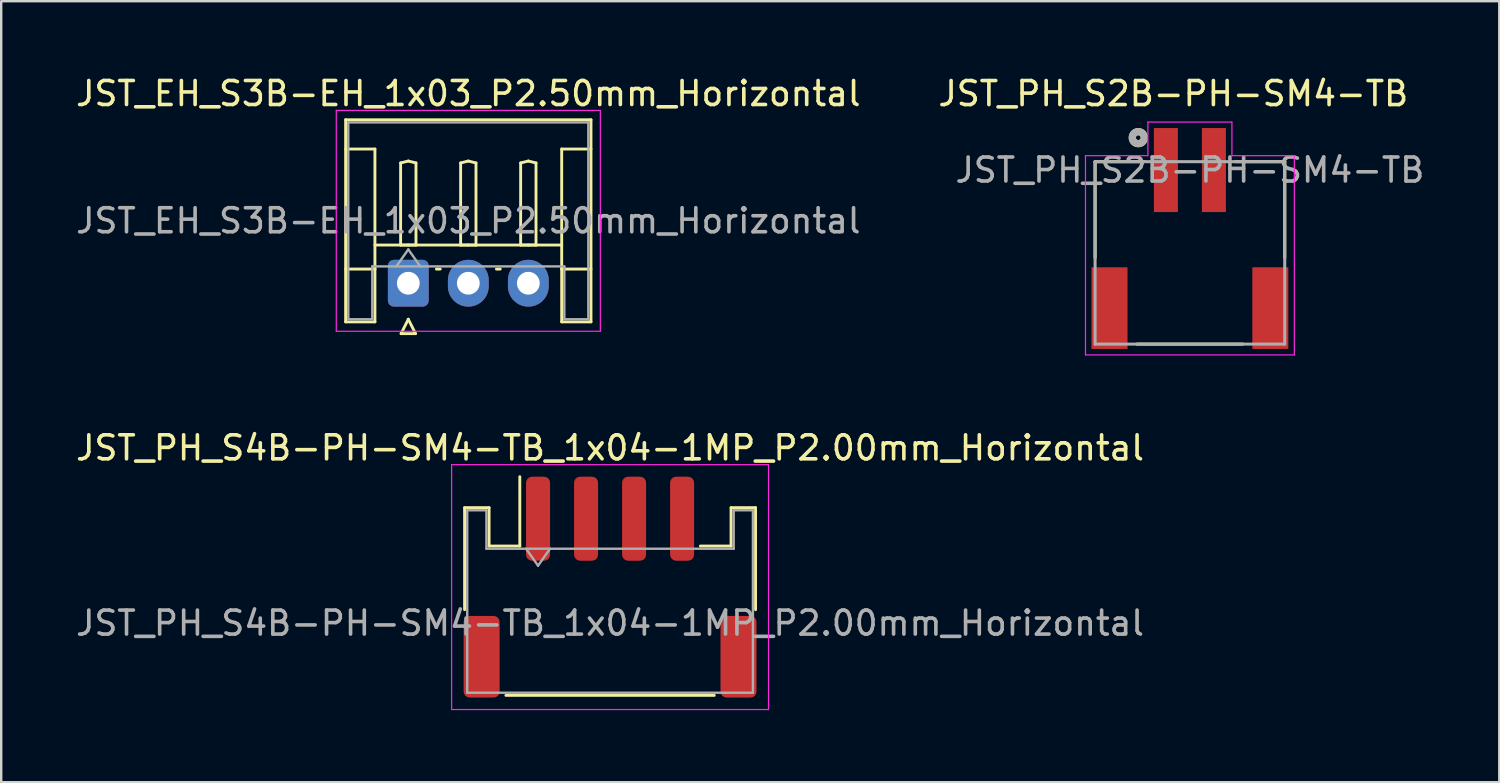
<source format=kicad_pcb>
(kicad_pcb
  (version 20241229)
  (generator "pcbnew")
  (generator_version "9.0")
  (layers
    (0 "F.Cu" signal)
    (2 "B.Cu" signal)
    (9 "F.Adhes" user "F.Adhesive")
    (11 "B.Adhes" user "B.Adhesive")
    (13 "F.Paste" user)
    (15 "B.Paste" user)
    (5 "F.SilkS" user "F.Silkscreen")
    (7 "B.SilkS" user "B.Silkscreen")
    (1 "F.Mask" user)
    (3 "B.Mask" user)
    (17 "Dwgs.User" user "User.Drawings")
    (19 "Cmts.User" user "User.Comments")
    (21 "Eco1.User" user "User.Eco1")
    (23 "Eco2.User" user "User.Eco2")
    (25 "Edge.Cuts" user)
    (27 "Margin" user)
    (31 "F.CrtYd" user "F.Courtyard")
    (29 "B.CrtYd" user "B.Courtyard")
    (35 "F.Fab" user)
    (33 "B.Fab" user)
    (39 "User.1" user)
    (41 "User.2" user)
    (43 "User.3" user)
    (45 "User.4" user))
  (footprint "JST_EH_S3B-EH_1x03_P2.50mm_Horizontal"
    (layer "F.Cu")
    (at 13.958 8.748)
    (property "Reference" "JST_EH_S3B-EH_1x03_P2.50mm_Horizontal" (at 2.5 -7.9 0) (layer "F.SilkS") (effects (font (size 1 1) (thickness 0.15))))
    (attr through_hole)
    (fp_line (start -2.61 -6.81) (end 7.61 -6.81) (stroke (width 0.12) (type solid)) (layer "F.SilkS"))
    (fp_line (start -2.61 -5.59) (end -1.39 -5.59) (stroke (width 0.12) (type solid)) (layer "F.SilkS"))
    (fp_line (start -2.61 1.61) (end -2.61 -6.81) (stroke (width 0.12) (type solid)) (layer "F.SilkS"))
    (fp_line (start -1.39 -5.59) (end -1.39 -0.59) (stroke (width 0.12) (type solid)) (layer "F.SilkS"))
    (fp_line (start -1.39 -1.59) (end 6.39 -1.59) (stroke (width 0.12) (type solid)) (layer "F.SilkS"))
    (fp_line (start -1.39 -0.59) (end -2.61 -0.59) (stroke (width 0.12) (type solid)) (layer "F.SilkS"))
    (fp_line (start -1.39 -0.59) (end -1.39 1.61) (stroke (width 0.12) (type solid)) (layer "F.SilkS"))
    (fp_line (start -1.39 1.61) (end -2.61 1.61) (stroke (width 0.12) (type solid)) (layer "F.SilkS"))
    (fp_line (start -0.32 -5.01) (end 0 -5.09) (stroke (width 0.12) (type solid)) (layer "F.SilkS"))
    (fp_line (start -0.32 -1.59) (end -0.32 -5.01) (stroke (width 0.12) (type solid)) (layer "F.SilkS"))
    (fp_line (start -0.3 2.1) (end 0.3 2.1) (stroke (width 0.12) (type solid)) (layer "F.SilkS"))
    (fp_line (start 0 -5.09) (end 0.32 -5.01) (stroke (width 0.12) (type solid)) (layer "F.SilkS"))
    (fp_line (start 0 -1.59) (end -0.32 -1.59) (stroke (width 0.12) (type solid)) (layer "F.SilkS"))
    (fp_line (start 0 1.5) (end -0.3 2.1) (stroke (width 0.12) (type solid)) (layer "F.SilkS"))
    (fp_line (start 0.3 2.1) (end 0 1.5) (stroke (width 0.12) (type solid)) (layer "F.SilkS"))
    (fp_line (start 0.32 -5.01) (end 0.32 -1.59) (stroke (width 0.12) (type solid)) (layer "F.SilkS"))
    (fp_line (start 0.32 -1.59) (end 0 -1.59) (stroke (width 0.12) (type solid)) (layer "F.SilkS"))
    (fp_line (start 1.17 -0.59) (end 1.33 -0.59) (stroke (width 0.12) (type solid)) (layer "F.SilkS"))
    (fp_line (start 2.18 -5.01) (end 2.5 -5.09) (stroke (width 0.12) (type solid)) (layer "F.SilkS"))
    (fp_line (start 2.18 -1.59) (end 2.18 -5.01) (stroke (width 0.12) (type solid)) (layer "F.SilkS"))
    (fp_line (start 2.5 -5.09) (end 2.82 -5.01) (stroke (width 0.12) (type solid)) (layer "F.SilkS"))
    (fp_line (start 2.5 -1.59) (end 2.18 -1.59) (stroke (width 0.12) (type solid)) (layer "F.SilkS"))
    (fp_line (start 2.82 -5.01) (end 2.82 -1.59) (stroke (width 0.12) (type solid)) (layer "F.SilkS"))
    (fp_line (start 2.82 -1.59) (end 2.5 -1.59) (stroke (width 0.12) (type solid)) (layer "F.SilkS"))
    (fp_line (start 3.67 -0.59) (end 3.83 -0.59) (stroke (width 0.12) (type solid)) (layer "F.SilkS"))
    (fp_line (start 4.68 -5.01) (end 5 -5.09) (stroke (width 0.12) (type solid)) (layer "F.SilkS"))
    (fp_line (start 4.68 -1.59) (end 4.68 -5.01) (stroke (width 0.12) (type solid)) (layer "F.SilkS"))
    (fp_line (start 5 -5.09) (end 5.32 -5.01) (stroke (width 0.12) (type solid)) (layer "F.SilkS"))
    (fp_line (start 5 -1.59) (end 4.68 -1.59) (stroke (width 0.12) (type solid)) (layer "F.SilkS"))
    (fp_line (start 5.32 -5.01) (end 5.32 -1.59) (stroke (width 0.12) (type solid)) (layer "F.SilkS"))
    (fp_line (start 5.32 -1.59) (end 5 -1.59) (stroke (width 0.12) (type solid)) (layer "F.SilkS"))
    (fp_line (start 6.39 -5.59) (end 6.39 -0.59) (stroke (width 0.12) (type solid)) (layer "F.SilkS"))
    (fp_line (start 6.39 -0.59) (end 7.61 -0.59) (stroke (width 0.12) (type solid)) (layer "F.SilkS"))
    (fp_line (start 6.39 1.61) (end 6.39 -0.59) (stroke (width 0.12) (type solid)) (layer "F.SilkS"))
    (fp_line (start 7.61 -6.81) (end 7.61 1.61) (stroke (width 0.12) (type solid)) (layer "F.SilkS"))
    (fp_line (start 7.61 -5.59) (end 6.39 -5.59) (stroke (width 0.12) (type solid)) (layer "F.SilkS"))
    (fp_line (start 7.61 1.61) (end 6.39 1.61) (stroke (width 0.12) (type solid)) (layer "F.SilkS"))
    (fp_line (start -3 -7.2) (end -3 2) (stroke (width 0.05) (type solid)) (layer "F.CrtYd"))
    (fp_line (start -3 2) (end 8 2) (stroke (width 0.05) (type solid)) (layer "F.CrtYd"))
    (fp_line (start 8 -7.2) (end -3 -7.2) (stroke (width 0.05) (type solid)) (layer "F.CrtYd"))
    (fp_line (start 8 2) (end 8 -7.2) (stroke (width 0.05) (type solid)) (layer "F.CrtYd"))
    (fp_line (start -2.5 -6.7) (end 7.5 -6.7) (stroke (width 0.1) (type solid)) (layer "F.Fab"))
    (fp_line (start -2.5 1.5) (end -2.5 -6.7) (stroke (width 0.1) (type solid)) (layer "F.Fab"))
    (fp_line (start -1.5 -0.7) (end -1.5 1.5) (stroke (width 0.1) (type solid)) (layer "F.Fab"))
    (fp_line (start -1.5 1.5) (end -2.5 1.5) (stroke (width 0.1) (type solid)) (layer "F.Fab"))
    (fp_line (start -0.5 -0.7) (end 0 -1.407) (stroke (width 0.1) (type solid)) (layer "F.Fab"))
    (fp_line (start 0 -1.407) (end 0.5 -0.7) (stroke (width 0.1) (type solid)) (layer "F.Fab"))
    (fp_line (start 6.5 -0.7) (end -1.5 -0.7) (stroke (width 0.1) (type solid)) (layer "F.Fab"))
    (fp_line (start 6.5 1.5) (end 6.5 -0.7) (stroke (width 0.1) (type solid)) (layer "F.Fab"))
    (fp_line (start 7.5 -6.7) (end 7.5 1.5) (stroke (width 0.1) (type solid)) (layer "F.Fab"))
    (fp_line (start 7.5 1.5) (end 6.5 1.5) (stroke (width 0.1) (type solid)) (layer "F.Fab"))
    (fp_text user "${REFERENCE}" (at 2.5 -2.6 0) (layer "F.Fab") (effects (font (size 1 1) (thickness 0.15))))
    (pad "1" thru_hole roundrect (at 0 0) (size 1.7 1.95) (drill 0.95) (layers "*.Cu" "*.Mask") (roundrect_rratio 0.147))
    (pad "2" thru_hole oval (at 2.5 0) (size 1.7 1.95) (drill 0.95) (layers "*.Cu" "*.Mask"))
    (pad "3" thru_hole oval (at 5 0) (size 1.7 1.95) (drill 0.95) (layers "*.Cu" "*.Mask")))
  (footprint "JST_PH_S4B-PH-SM4-TB_1x04-1MP_P2.00mm_Horizontal"
    (layer "F.Cu")
    (at 22.363 21.407)
    (property "Reference" "JST_PH_S4B-PH-SM4-TB_1x04-1MP_P2.00mm_Horizontal" (at 0 -5.8 0) (layer "F.SilkS") (effects (font (size 1 1) (thickness 0.15))))
    (attr smd)
    (fp_line (start -6.06 -3.31) (end -5.04 -3.31) (stroke (width 0.12) (type solid)) (layer "F.SilkS"))
    (fp_line (start -6.06 0.94) (end -6.06 -3.31) (stroke (width 0.12) (type solid)) (layer "F.SilkS"))
    (fp_line (start -5.04 -3.31) (end -5.04 -1.71) (stroke (width 0.12) (type solid)) (layer "F.SilkS"))
    (fp_line (start -5.04 -1.71) (end -3.76 -1.71) (stroke (width 0.12) (type solid)) (layer "F.SilkS"))
    (fp_line (start -4.34 4.51) (end 4.34 4.51) (stroke (width 0.12) (type solid)) (layer "F.SilkS"))
    (fp_line (start -3.76 -1.71) (end -3.76 -4.6) (stroke (width 0.12) (type solid)) (layer "F.SilkS"))
    (fp_line (start 5.04 -3.31) (end 5.04 -1.71) (stroke (width 0.12) (type solid)) (layer "F.SilkS"))
    (fp_line (start 5.04 -1.71) (end 3.76 -1.71) (stroke (width 0.12) (type solid)) (layer "F.SilkS"))
    (fp_line (start 6.06 -3.31) (end 5.04 -3.31) (stroke (width 0.12) (type solid)) (layer "F.SilkS"))
    (fp_line (start 6.06 0.94) (end 6.06 -3.31) (stroke (width 0.12) (type solid)) (layer "F.SilkS"))
    (fp_line (start -6.6 -5.1) (end -6.6 5.1) (stroke (width 0.05) (type solid)) (layer "F.CrtYd"))
    (fp_line (start -6.6 5.1) (end 6.6 5.1) (stroke (width 0.05) (type solid)) (layer "F.CrtYd"))
    (fp_line (start 6.6 -5.1) (end -6.6 -5.1) (stroke (width 0.05) (type solid)) (layer "F.CrtYd"))
    (fp_line (start 6.6 5.1) (end 6.6 -5.1) (stroke (width 0.05) (type solid)) (layer "F.CrtYd"))
    (fp_line (start -5.95 -3.2) (end -5.95 4.4) (stroke (width 0.1) (type solid)) (layer "F.Fab"))
    (fp_line (start -5.95 -3.2) (end -5.15 -3.2) (stroke (width 0.1) (type solid)) (layer "F.Fab"))
    (fp_line (start -5.95 4.4) (end 5.95 4.4) (stroke (width 0.1) (type solid)) (layer "F.Fab"))
    (fp_line (start -5.15 -3.2) (end -5.15 -1.6) (stroke (width 0.1) (type solid)) (layer "F.Fab"))
    (fp_line (start -5.15 -1.6) (end 5.15 -1.6) (stroke (width 0.1) (type solid)) (layer "F.Fab"))
    (fp_line (start -3.5 -1.6) (end -3 -0.893) (stroke (width 0.1) (type solid)) (layer "F.Fab"))
    (fp_line (start -3 -0.893) (end -2.5 -1.6) (stroke (width 0.1) (type solid)) (layer "F.Fab"))
    (fp_line (start 5.15 -3.2) (end 5.95 -3.2) (stroke (width 0.1) (type solid)) (layer "F.Fab"))
    (fp_line (start 5.15 -1.6) (end 5.15 -3.2) (stroke (width 0.1) (type solid)) (layer "F.Fab"))
    (fp_line (start 5.95 -3.2) (end 5.95 4.4) (stroke (width 0.1) (type solid)) (layer "F.Fab"))
    (fp_text user "${REFERENCE}" (at 0 1.5 0) (layer "F.Fab") (effects (font (size 1 1) (thickness 0.15))))
    (pad "1" smd roundrect (at -3 -2.85) (size 1 3.5) (layers "F.Cu" "F.Mask" "F.Paste") (roundrect_rratio 0.25))
    (pad "2" smd roundrect (at -1 -2.85) (size 1 3.5) (layers "F.Cu" "F.Mask" "F.Paste") (roundrect_rratio 0.25))
    (pad "3" smd roundrect (at 1 -2.85) (size 1 3.5) (layers "F.Cu" "F.Mask" "F.Paste") (roundrect_rratio 0.25))
    (pad "4" smd roundrect (at 3 -2.85) (size 1 3.5) (layers "F.Cu" "F.Mask" "F.Paste") (roundrect_rratio 0.25))
    (pad "MP" smd roundrect (at -5.35 2.9) (size 1.5 3.4) (layers "F.Cu" "F.Mask" "F.Paste") (roundrect_rratio 0.167))
    (pad "MP" smd roundrect (at 5.35 2.9) (size 1.5 3.4) (layers "F.Cu" "F.Mask" "F.Paste") (roundrect_rratio 0.167)))
  (footprint "JST_PH_S2B-PH-SM4-TB"
    (layer "F.Cu")
    (at 46.517 4.034)
    (property "Reference" "JST_PH_S2B-PH-SM4-TB" (at -0.692 -3.184 0) (layer "F.SilkS") (effects (font (size 1.002 1.002) (thickness 0.15))))
    (attr through_hole)
    (fp_line (start -3.95 -0.35) (end -3.95 3.65) (stroke (width 0.127) (type solid)) (layer "F.SilkS"))
    (fp_line (start -2.2 7.25) (end 2.2 7.25) (stroke (width 0.127) (type solid)) (layer "F.SilkS"))
    (fp_line (start -1.9 -0.35) (end -3.95 -0.35) (stroke (width 0.127) (type solid)) (layer "F.SilkS"))
    (fp_line (start 3.95 -0.35) (end 1.9 -0.35) (stroke (width 0.127) (type solid)) (layer "F.SilkS"))
    (fp_line (start 3.95 3.65) (end 3.95 -0.35) (stroke (width 0.127) (type solid)) (layer "F.SilkS"))
    (fp_circle (center -2.15 -1.35) (end -2.05 -1.35) (stroke (width 0.3) (type solid)) (fill no) (layer "F.SilkS"))
    (fp_line (start -4.35 -0.6) (end -1.75 -0.6) (stroke (width 0.05) (type solid)) (layer "F.CrtYd"))
    (fp_line (start -4.35 7.7) (end -4.35 -0.6) (stroke (width 0.05) (type solid)) (layer "F.CrtYd"))
    (fp_line (start -1.75 -2) (end 1.75 -2) (stroke (width 0.05) (type solid)) (layer "F.CrtYd"))
    (fp_line (start -1.75 -0.6) (end -1.75 -2) (stroke (width 0.05) (type solid)) (layer "F.CrtYd"))
    (fp_line (start 1.75 -2) (end 1.75 -0.6) (stroke (width 0.05) (type solid)) (layer "F.CrtYd"))
    (fp_line (start 1.75 -0.6) (end 4.35 -0.6) (stroke (width 0.05) (type solid)) (layer "F.CrtYd"))
    (fp_line (start 4.35 -0.6) (end 4.35 7.7) (stroke (width 0.05) (type solid)) (layer "F.CrtYd"))
    (fp_line (start 4.35 7.7) (end -4.35 7.7) (stroke (width 0.05) (type solid)) (layer "F.CrtYd"))
    (fp_line (start -3.95 -0.35) (end 3.95 -0.35) (stroke (width 0.127) (type solid)) (layer "F.Fab"))
    (fp_line (start -3.95 7.25) (end -3.95 -0.35) (stroke (width 0.127) (type solid)) (layer "F.Fab"))
    (fp_line (start 3.95 -0.35) (end 3.95 7.25) (stroke (width 0.127) (type solid)) (layer "F.Fab"))
    (fp_line (start 3.95 7.25) (end -3.95 7.25) (stroke (width 0.127) (type solid)) (layer "F.Fab"))
    (fp_circle (center -2.15 -1.35) (end -2.05 -1.35) (stroke (width 0.3) (type solid)) (fill no) (layer "F.Fab"))
    (fp_text user "${REFERENCE}" (at 0 0 0) (layer "F.Fab") (effects (font (size 1 1) (thickness 0.15))))
    (pad "1" smd rect (at -1 0 180) (size 1 3.5) (layers "F.Cu" "F.Mask" "F.Paste"))
    (pad "2" smd rect (at 1 0 180) (size 1 3.5) (layers "F.Cu" "F.Mask" "F.Paste"))
    (pad "S1" smd rect (at -3.35 5.75 180) (size 1.5 3.4) (layers "F.Cu" "F.Mask" "F.Paste"))
    (pad "S2" smd rect (at 3.35 5.75 180) (size 1.5 3.4) (layers "F.Cu" "F.Mask" "F.Paste")))
  (gr_rect
    (start -3 -3)
    (end 59.404 29.532)
    (stroke (width 0.1) (type default))
    (fill no)
    (layer "Edge.Cuts")))
</source>
